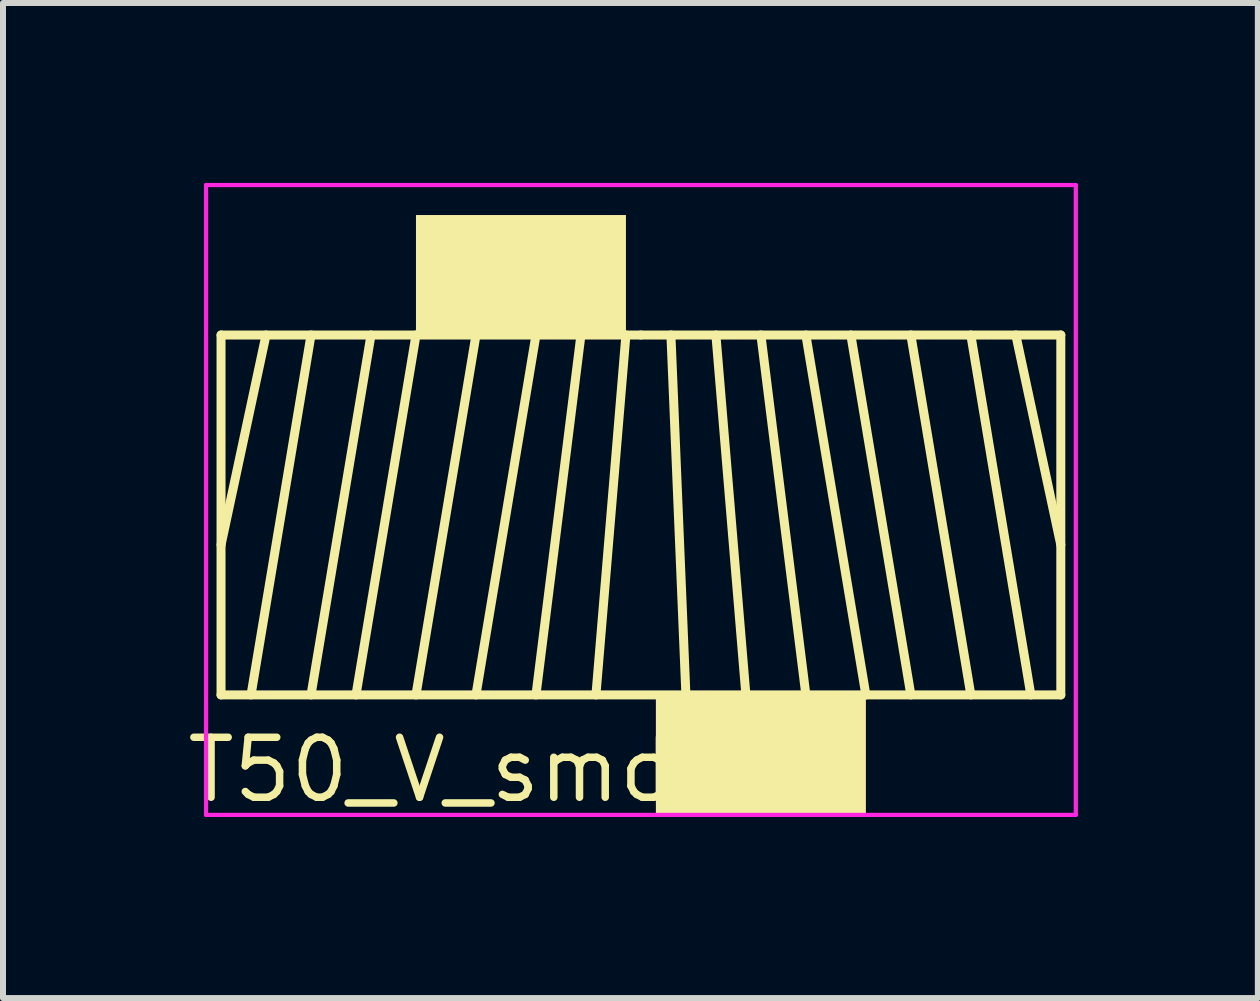
<source format=kicad_pcb>
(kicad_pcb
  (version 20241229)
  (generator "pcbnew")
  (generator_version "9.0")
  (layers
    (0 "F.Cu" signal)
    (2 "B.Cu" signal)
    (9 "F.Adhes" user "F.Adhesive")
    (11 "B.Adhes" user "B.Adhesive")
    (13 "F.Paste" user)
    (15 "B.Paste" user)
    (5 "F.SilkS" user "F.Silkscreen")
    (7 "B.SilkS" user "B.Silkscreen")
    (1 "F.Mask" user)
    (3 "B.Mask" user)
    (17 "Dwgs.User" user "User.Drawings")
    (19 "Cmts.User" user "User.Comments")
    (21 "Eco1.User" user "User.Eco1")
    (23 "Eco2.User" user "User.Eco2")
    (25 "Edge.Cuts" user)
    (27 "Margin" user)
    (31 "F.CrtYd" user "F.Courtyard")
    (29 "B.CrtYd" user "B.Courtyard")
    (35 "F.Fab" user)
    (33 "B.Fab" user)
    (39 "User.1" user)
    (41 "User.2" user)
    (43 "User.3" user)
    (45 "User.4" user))
  (footprint "T50_V_smd"
    (layer "F.Cu")
    (at 7.635 5.535)
    (property "Reference" "T50_V_smd" (at -3.5 4.25 0) (layer "F.SilkS") (effects (font (size 1 1) (thickness 0.125))))
    (attr through_hole)
    (fp_line (start -7 -3) (end 0 -3) (stroke (width 0.15) (type solid)) (layer "F.SilkS"))
    (fp_line (start -7 3) (end -7 -3) (stroke (width 0.15) (type solid)) (layer "F.SilkS"))
    (fp_line (start -6.25 -3) (end -7 0.5) (stroke (width 0.15) (type solid)) (layer "F.SilkS"))
    (fp_line (start -5.5 -3) (end -6.5 3) (stroke (width 0.15) (type solid)) (layer "F.SilkS"))
    (fp_line (start -4.5 -3) (end -5.5 3) (stroke (width 0.15) (type solid)) (layer "F.SilkS"))
    (fp_line (start -3.75 -3) (end -4.75 3) (stroke (width 0.15) (type solid)) (layer "F.SilkS"))
    (fp_line (start -2.75 -3) (end -3.75 3) (stroke (width 0.15) (type solid)) (layer "F.SilkS"))
    (fp_line (start -1.75 -3) (end -2.75 3) (stroke (width 0.15) (type solid)) (layer "F.SilkS"))
    (fp_line (start -1 -3) (end -1.75 3) (stroke (width 0.15) (type solid)) (layer "F.SilkS"))
    (fp_line (start -0.25 -3) (end -0.75 3) (stroke (width 0.15) (type solid)) (layer "F.SilkS"))
    (fp_line (start 0 -3) (end 7 -3) (stroke (width 0.15) (type solid)) (layer "F.SilkS"))
    (fp_line (start 0.5 -3) (end 0.75 3) (stroke (width 0.15) (type solid)) (layer "F.SilkS"))
    (fp_line (start 1.25 -3) (end 1.75 3) (stroke (width 0.15) (type solid)) (layer "F.SilkS"))
    (fp_line (start 2 -3) (end 2.75 3) (stroke (width 0.15) (type solid)) (layer "F.SilkS"))
    (fp_line (start 2.75 -3) (end 3.75 3) (stroke (width 0.15) (type solid)) (layer "F.SilkS"))
    (fp_line (start 3.5 -3) (end 4.5 3) (stroke (width 0.15) (type solid)) (layer "F.SilkS"))
    (fp_line (start 4.5 -3) (end 5.5 3) (stroke (width 0.15) (type solid)) (layer "F.SilkS"))
    (fp_line (start 5.5 -3) (end 6.5 3) (stroke (width 0.15) (type solid)) (layer "F.SilkS"))
    (fp_line (start 6.25 -3) (end 7 0.5) (stroke (width 0.15) (type solid)) (layer "F.SilkS"))
    (fp_line (start 7 -3) (end 7 3) (stroke (width 0.15) (type solid)) (layer "F.SilkS"))
    (fp_line (start 7 3) (end -7 3) (stroke (width 0.15) (type solid)) (layer "F.SilkS"))
    (fp_line (start -7.25 -3.25) (end 7.25 -3.25) (stroke (width 0.07) (type solid)) (layer "Eco2.User"))
    (fp_line (start -7.25 3.25) (end -7.25 -3.25) (stroke (width 0.07) (type solid)) (layer "Eco2.User"))
    (fp_line (start 7.25 -3.25) (end 7.25 3.25) (stroke (width 0.07) (type solid)) (layer "Eco2.User"))
    (fp_line (start 7.25 3.25) (end -7.25 3.25) (stroke (width 0.07) (type solid)) (layer "Eco2.User"))
    (fp_line (start -7.25 -5.5) (end -7.25 5) (stroke (width 0.07) (type solid)) (layer "F.CrtYd"))
    (fp_line (start -7.25 -5.5) (end 7.25 -5.5) (stroke (width 0.07) (type solid)) (layer "F.CrtYd"))
    (fp_line (start -7.25 5) (end 7.25 5) (stroke (width 0.07) (type solid)) (layer "F.CrtYd"))
    (fp_line (start 7.25 5) (end 7.25 -5.5) (stroke (width 0.07) (type solid)) (layer "F.CrtYd"))
    (pad "1" smd rect (at -2 -4) (size 3.5 2) (layers "F.Cu" "F.Mask" "F.SilkS" "F.Adhes" "F.Paste"))
    (pad "2" smd rect (at 2 4) (size 3.5 2) (layers "F.Cu" "F.Mask" "F.SilkS" "F.Adhes" "F.Paste")))
  (gr_rect
    (start -3 -3)
    (end 17.92 13.589)
    (stroke (width 0.1) (type default))
    (fill no)
    (layer "Edge.Cuts")))
</source>
